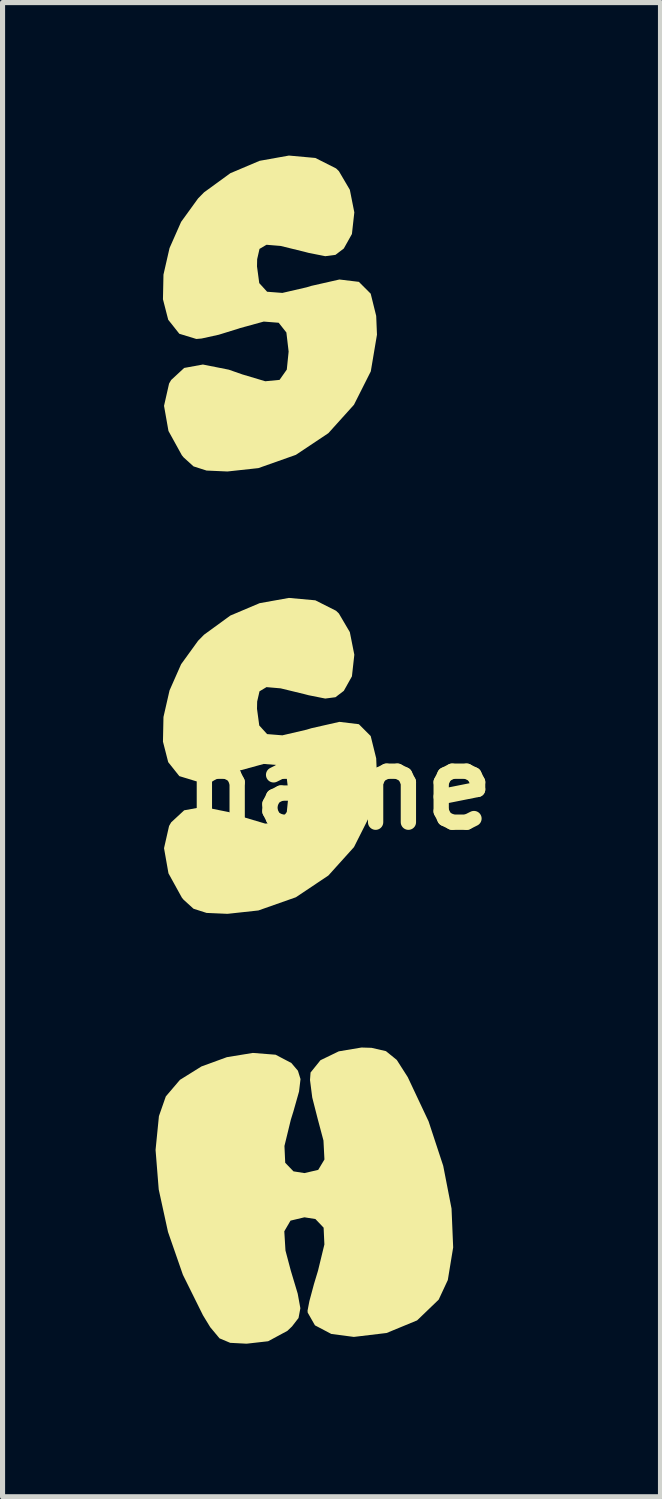
<source format=kicad_pcb>
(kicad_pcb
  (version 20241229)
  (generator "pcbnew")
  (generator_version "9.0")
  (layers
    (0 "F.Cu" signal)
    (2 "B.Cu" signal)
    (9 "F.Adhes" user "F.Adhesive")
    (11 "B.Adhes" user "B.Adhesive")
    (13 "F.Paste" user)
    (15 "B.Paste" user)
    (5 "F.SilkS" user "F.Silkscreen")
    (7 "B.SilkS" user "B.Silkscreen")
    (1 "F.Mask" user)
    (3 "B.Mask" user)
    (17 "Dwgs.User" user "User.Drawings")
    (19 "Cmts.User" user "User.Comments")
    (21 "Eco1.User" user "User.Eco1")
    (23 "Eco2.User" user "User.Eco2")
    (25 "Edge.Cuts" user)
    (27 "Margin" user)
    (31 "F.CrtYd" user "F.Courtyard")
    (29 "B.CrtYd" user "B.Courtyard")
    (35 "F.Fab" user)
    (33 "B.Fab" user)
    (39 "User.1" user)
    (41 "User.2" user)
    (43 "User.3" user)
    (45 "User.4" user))
  (footprint "name"
    (layer "F.Cu")
    (at 3.6 12.392)
    (property "Reference" "name" (at 0 0 0) (layer "F.SilkS") (effects (font (size 1.5 1.5) (thickness 0.3))))
    (attr board_only exclude_from_pos_files exclude_from_bom)
    (fp_poly (pts (xy -0.467 -12.345) (xy -0.061 -12.14) (xy -0.006 -12.087) (xy 0.209 -11.721) (xy 0.297 -11.278) (xy 0.25 -10.854) (xy 0.091 -10.57) (xy -0.073 -10.445) (xy -0.273 -10.419) (xy -0.599 -10.484) (xy -0.683 -10.506) (xy -1.148 -10.62) (xy -1.425 -10.643) (xy -1.562 -10.562) (xy -1.608 -10.36) (xy -1.611 -10.218) (xy -1.567 -9.891) (xy -1.413 -9.722) (xy -1.114 -9.699) (xy -0.638 -9.809) (xy -0.546 -9.837) (xy 0.005 -9.962) (xy 0.386 -9.916) (xy 0.618 -9.684) (xy 0.726 -9.248) (xy 0.741 -8.88) (xy 0.62 -8.161) (xy 0.29 -7.506) (xy -0.212 -6.949) (xy -0.849 -6.524) (xy -1.584 -6.264) (xy -2.19 -6.198) (xy -2.6 -6.216) (xy -2.856 -6.298) (xy -3.052 -6.476) (xy -3.085 -6.517) (xy -3.347 -6.992) (xy -3.434 -7.485) (xy -3.335 -7.922) (xy -3.294 -7.992) (xy -3.039 -8.228) (xy -2.672 -8.295) (xy -2.164 -8.194) (xy -1.898 -8.101) (xy -1.449 -7.967) (xy -1.169 -7.994) (xy -1.027 -8.196) (xy -0.991 -8.549) (xy -1.035 -8.923) (xy -1.186 -9.114) (xy -1.479 -9.137) (xy -1.945 -9.009) (xy -1.967 -9.001) (xy -2.361 -8.879) (xy -2.697 -8.805) (xy -2.8 -8.796) (xy -3.134 -8.898) (xy -3.352 -9.173) (xy -3.455 -9.574) (xy -3.445 -10.058) (xy -3.326 -10.578) (xy -3.099 -11.092) (xy -2.766 -11.552) (xy -2.649 -11.671) (xy -2.134 -12.046) (xy -1.56 -12.289) (xy -0.985 -12.392)) (stroke (width 0) (type solid)) (fill yes) (layer "F.SilkS"))
    (fp_poly (pts (xy -0.467 -3.672) (xy -0.061 -3.467) (xy -0.006 -3.414) (xy 0.209 -3.048) (xy 0.297 -2.605) (xy 0.25 -2.181) (xy 0.091 -1.897) (xy -0.073 -1.772) (xy -0.273 -1.746) (xy -0.599 -1.811) (xy -0.683 -1.833) (xy -1.148 -1.946) (xy -1.425 -1.97) (xy -1.562 -1.888) (xy -1.608 -1.687) (xy -1.611 -1.545) (xy -1.567 -1.218) (xy -1.413 -1.049) (xy -1.114 -1.025) (xy -0.638 -1.136) (xy -0.546 -1.164) (xy 0.005 -1.289) (xy 0.386 -1.243) (xy 0.618 -1.011) (xy 0.726 -0.574) (xy 0.741 -0.207) (xy 0.62 0.512) (xy 0.29 1.167) (xy -0.212 1.724) (xy -0.849 2.15) (xy -1.584 2.409) (xy -2.19 2.475) (xy -2.6 2.457) (xy -2.856 2.375) (xy -3.052 2.197) (xy -3.085 2.156) (xy -3.347 1.681) (xy -3.434 1.188) (xy -3.335 0.752) (xy -3.294 0.681) (xy -3.039 0.445) (xy -2.672 0.378) (xy -2.164 0.48) (xy -1.898 0.573) (xy -1.449 0.706) (xy -1.169 0.679) (xy -1.027 0.477) (xy -0.991 0.124) (xy -1.035 -0.249) (xy -1.186 -0.44) (xy -1.479 -0.464) (xy -1.945 -0.336) (xy -1.967 -0.328) (xy -2.361 -0.205) (xy -2.697 -0.132) (xy -2.8 -0.123) (xy -3.134 -0.225) (xy -3.352 -0.499) (xy -3.455 -0.901) (xy -3.445 -1.384) (xy -3.326 -1.905) (xy -3.099 -2.419) (xy -2.766 -2.879) (xy -2.649 -2.998) (xy -2.134 -3.373) (xy -1.56 -3.616) (xy -0.985 -3.719)) (stroke (width 0) (type solid)) (fill yes) (layer "F.SilkS"))
    (fp_poly (pts (xy 0.634 5.102) (xy 0.917 5.167) (xy 1.129 5.339) (xy 1.346 5.679) (xy 1.347 5.682) (xy 1.753 6.544) (xy 2.04 7.416) (xy 2.203 8.254) (xy 2.235 9.015) (xy 2.13 9.655) (xy 1.951 10.039) (xy 1.528 10.446) (xy 0.93 10.693) (xy 0.288 10.77) (xy -0.154 10.712) (xy -0.475 10.543) (xy -0.617 10.294) (xy -0.62 10.255) (xy -0.584 10.068) (xy -0.494 9.733) (xy -0.415 9.472) (xy -0.29 8.957) (xy -0.305 8.628) (xy -0.466 8.459) (xy -0.681 8.425) (xy -0.954 8.49) (xy -1.076 8.699) (xy -1.053 9.076) (xy -0.948 9.472) (xy -0.813 9.922) (xy -0.761 10.208) (xy -0.797 10.399) (xy -0.924 10.564) (xy -1.015 10.651) (xy -1.393 10.855) (xy -1.815 10.903) (xy -2.137 10.886) (xy -2.346 10.798) (xy -2.527 10.581) (xy -2.671 10.345) (xy -3.064 9.552) (xy -3.356 8.712) (xy -3.538 7.879) (xy -3.6 7.104) (xy -3.534 6.441) (xy -3.399 6.055) (xy -3.122 5.73) (xy -2.7 5.467) (xy -2.201 5.285) (xy -1.693 5.202) (xy -1.247 5.237) (xy -0.938 5.399) (xy -0.809 5.551) (xy -0.758 5.715) (xy -0.787 5.959) (xy -0.897 6.348) (xy -0.948 6.512) (xy -1.073 7.026) (xy -1.058 7.356) (xy -0.896 7.524) (xy -0.681 7.558) (xy -0.411 7.495) (xy -0.289 7.291) (xy -0.308 6.92) (xy -0.423 6.488) (xy -0.528 6.076) (xy -0.572 5.732) (xy -0.561 5.586) (xy -0.367 5.345) (xy -0.008 5.171) (xy 0.438 5.096)) (stroke (width 0) (type solid)) (fill yes) (layer "F.SilkS")))
  (gr_rect
    (start -3 -3)
    (end 9.9 26.296)
    (stroke (width 0.1) (type default))
    (fill no)
    (layer "Edge.Cuts")))
</source>
